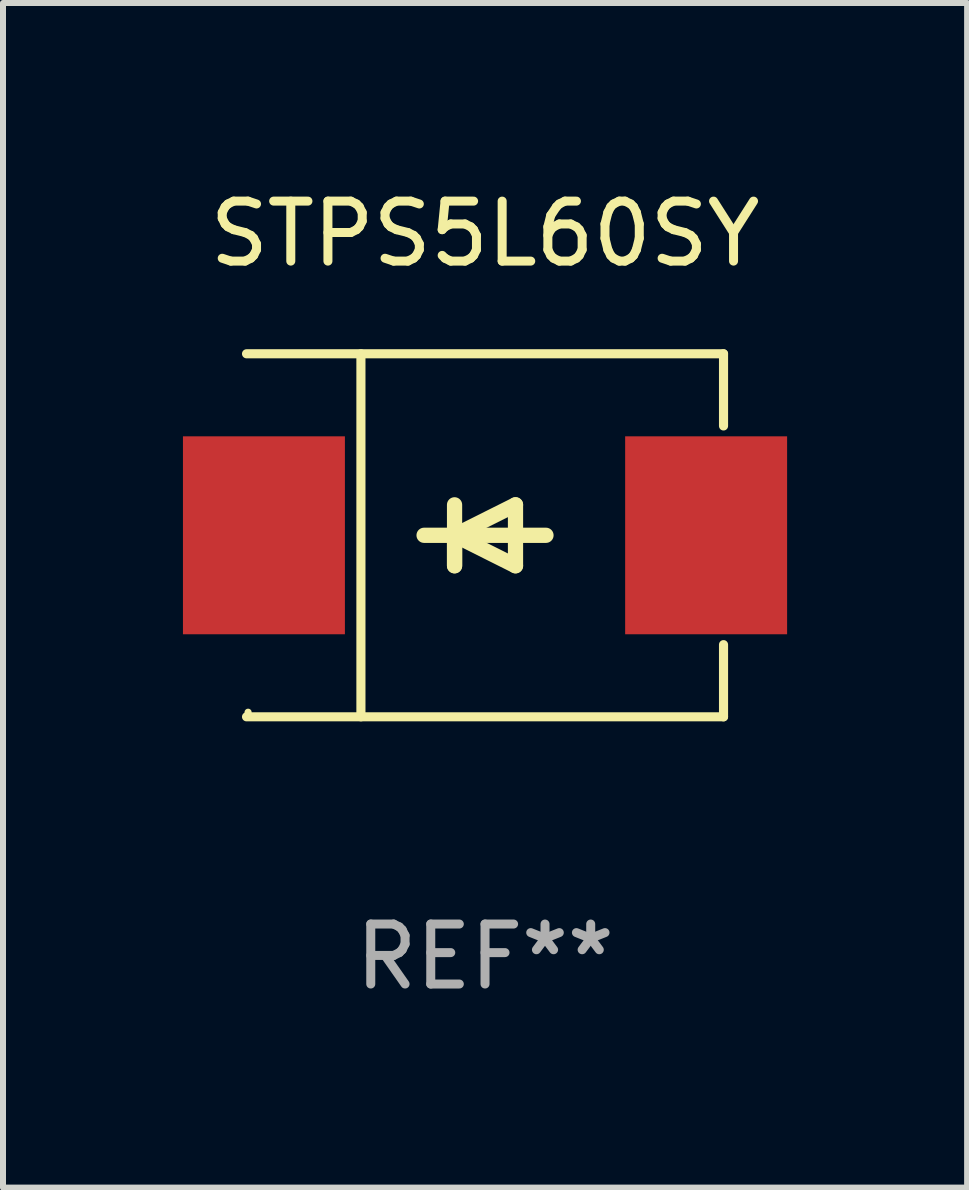
<source format=kicad_pcb>
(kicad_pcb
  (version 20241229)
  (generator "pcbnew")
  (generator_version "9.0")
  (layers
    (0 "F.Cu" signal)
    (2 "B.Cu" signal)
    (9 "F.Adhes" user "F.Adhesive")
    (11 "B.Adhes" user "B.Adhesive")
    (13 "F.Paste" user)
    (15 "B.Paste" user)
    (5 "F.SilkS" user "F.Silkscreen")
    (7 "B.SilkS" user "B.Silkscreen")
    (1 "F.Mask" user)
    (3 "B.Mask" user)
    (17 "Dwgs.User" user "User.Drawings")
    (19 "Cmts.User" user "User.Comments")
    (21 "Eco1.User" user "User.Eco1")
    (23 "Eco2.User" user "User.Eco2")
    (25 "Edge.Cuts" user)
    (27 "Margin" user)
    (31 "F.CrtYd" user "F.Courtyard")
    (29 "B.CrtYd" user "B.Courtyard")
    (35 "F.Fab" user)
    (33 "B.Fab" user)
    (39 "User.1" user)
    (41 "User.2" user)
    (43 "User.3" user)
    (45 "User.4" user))
  (footprint "STPS5L60SY"
    (layer "F.Cu")
    (at 5.036 5.874)
    (property "Reference" "STPS5L60SY" (at 0 -5.026 0) (layer "F.SilkS") (effects (font (size 1 1) (thickness 0.15))))
    (attr through_hole)
    (fp_line (start -3.976 -3.026) (end 3.976 -3.026) (stroke (width 0.152) (type solid)) (layer "F.SilkS"))
    (fp_line (start -3.976 3.026) (end 3.976 3.026) (stroke (width 0.152) (type solid)) (layer "F.SilkS"))
    (fp_line (start -2.069 -3.026) (end -2.069 3.026) (stroke (width 0.152) (type solid)) (layer "F.SilkS"))
    (fp_line (start -0.508 0) (end -0.508 0.508) (stroke (width 0.254) (type solid)) (layer "F.SilkS"))
    (fp_line (start -0.508 0) (end 0.508 0.508) (stroke (width 0.254) (type solid)) (layer "F.SilkS"))
    (fp_line (start -0.508 0.508) (end -0.508 -0.508) (stroke (width 0.254) (type solid)) (layer "F.SilkS"))
    (fp_line (start 0.508 -0.508) (end -0.508 0) (stroke (width 0.254) (type solid)) (layer "F.SilkS"))
    (fp_line (start 0.508 0.508) (end 0.508 -0.508) (stroke (width 0.254) (type solid)) (layer "F.SilkS"))
    (fp_line (start 1.016 0) (end -1.016 0) (stroke (width 0.254) (type solid)) (layer "F.SilkS"))
    (fp_line (start 3.976 -3.026) (end 3.976 -1.823) (stroke (width 0.152) (type solid)) (layer "F.SilkS"))
    (fp_line (start 3.976 3.026) (end 3.976 1.823) (stroke (width 0.152) (type solid)) (layer "F.SilkS"))
    (fp_circle (center -3.95 2.95) (end -3.92 2.95) (stroke (width 0.06) (type solid)) (fill no) (layer "F.SilkS"))
    (fp_text user "REF**" (at 0 7.026 0) (layer "F.Fab") (effects (font (size 1 1) (thickness 0.15))))
    (pad "1" smd rect (at -3.686 0) (size 2.7 3.3) (layers "F.Cu" "F.Mask" "F.Paste"))
    (pad "2" smd rect (at 3.686 0) (size 2.7 3.3) (layers "F.Cu" "F.Mask" "F.Paste")))
  (gr_rect
    (start -3 -3)
    (end 13.073 16.749)
    (stroke (width 0.1) (type default))
    (fill no)
    (layer "Edge.Cuts")))
</source>
